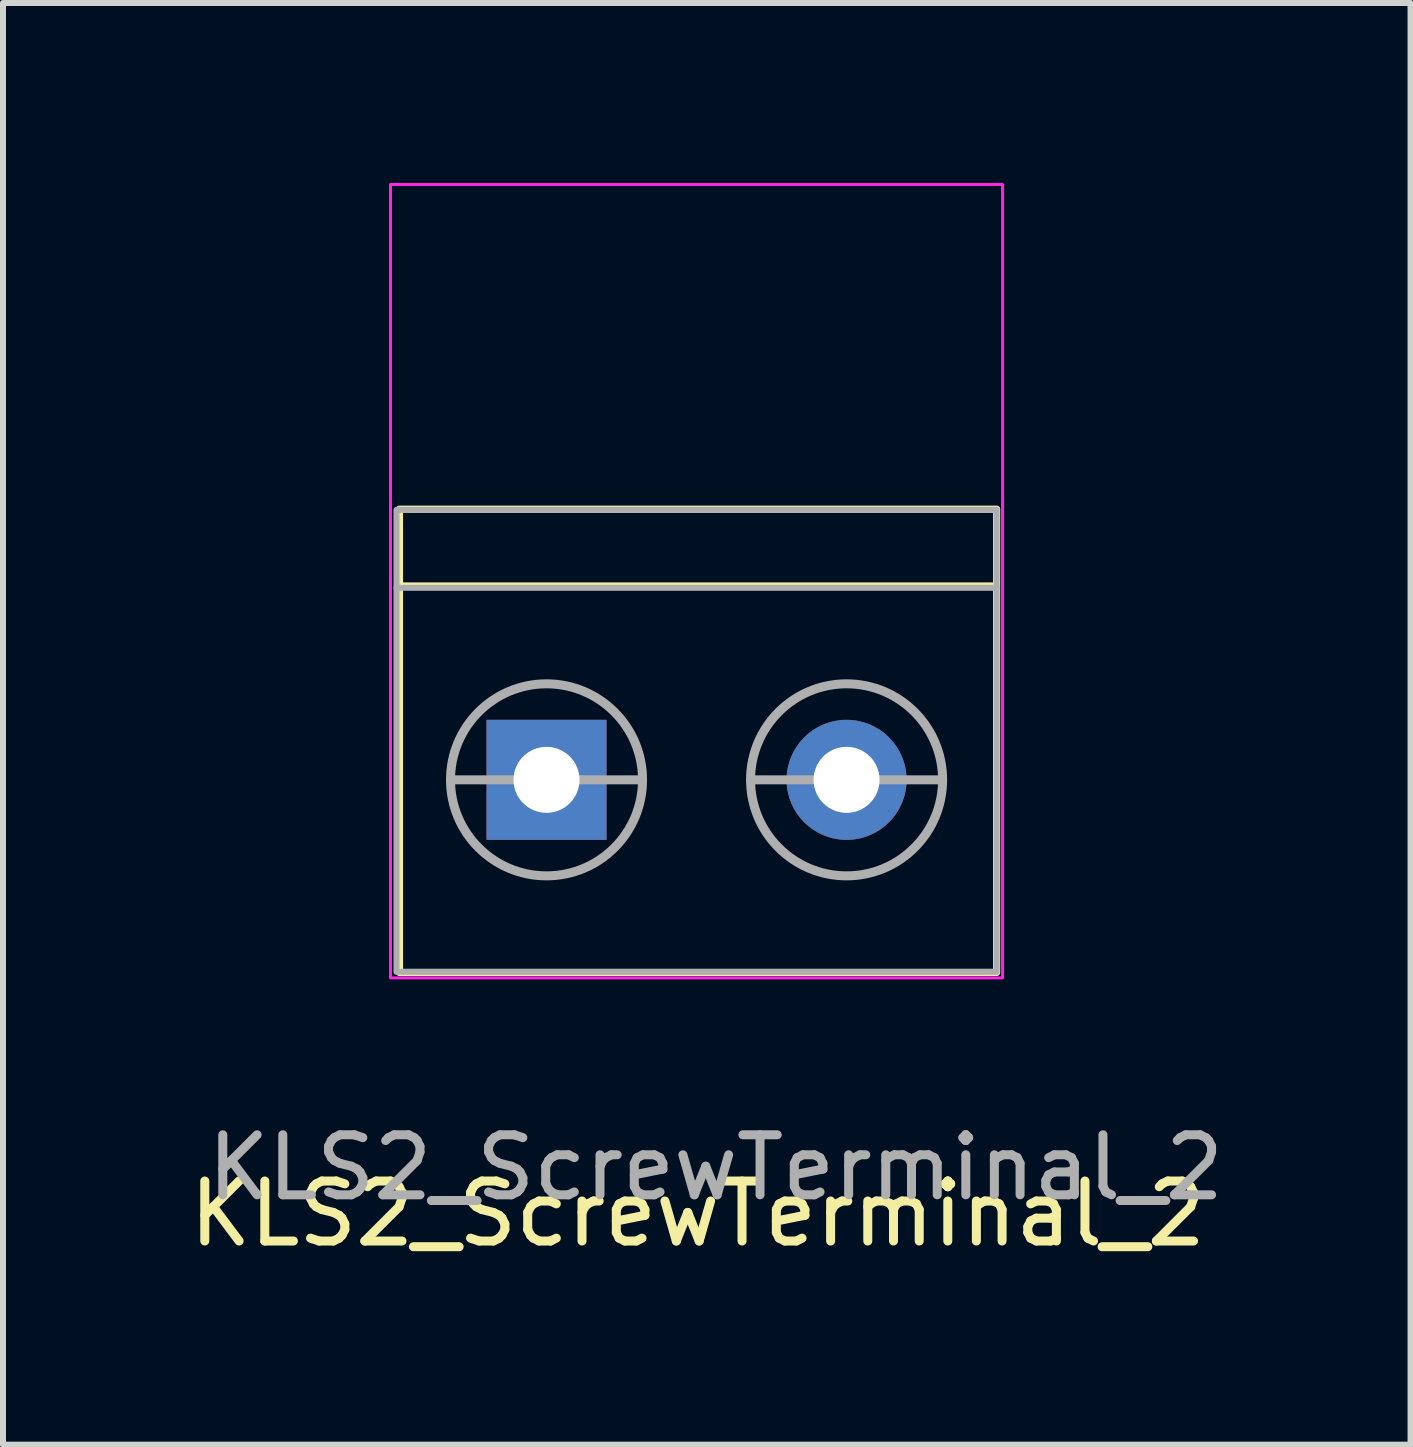
<source format=kicad_pcb>
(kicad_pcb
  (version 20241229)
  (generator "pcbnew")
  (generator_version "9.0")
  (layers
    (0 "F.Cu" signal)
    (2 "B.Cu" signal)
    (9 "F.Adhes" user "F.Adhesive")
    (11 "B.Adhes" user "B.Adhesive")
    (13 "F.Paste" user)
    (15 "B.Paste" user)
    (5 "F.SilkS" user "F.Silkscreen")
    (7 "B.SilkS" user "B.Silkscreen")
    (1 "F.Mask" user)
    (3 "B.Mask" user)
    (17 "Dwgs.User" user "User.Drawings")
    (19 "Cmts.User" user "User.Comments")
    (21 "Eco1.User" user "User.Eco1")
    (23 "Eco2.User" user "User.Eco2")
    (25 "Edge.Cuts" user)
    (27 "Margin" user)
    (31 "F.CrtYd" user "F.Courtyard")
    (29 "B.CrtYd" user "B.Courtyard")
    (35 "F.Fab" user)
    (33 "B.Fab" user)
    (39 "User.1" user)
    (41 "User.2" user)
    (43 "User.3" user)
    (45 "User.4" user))
  (footprint "KLS2_ScrewTerminal_2"
    (layer "F.Cu")
    (at 8.557 9.945)
    (property "Reference" "KLS2_ScrewTerminal_2" (at 0.02 7.23 0) (unlocked yes) (layer "F.SilkS") (effects (font (size 1 1) (thickness 0.15))))
    (attr through_hole)
    (fp_line (start -4.95 -3.23) (end 4.98 -3.23) (stroke (width 0.12) (type solid)) (layer "F.SilkS"))
    (fp_rect (start -4.95 -4.51) (end 5 3.21) (stroke (width 0.12) (type solid)) (fill no) (layer "F.SilkS"))
    (fp_rect (start 5.1 3.3) (end -5.1 -9.92) (stroke (width 0.05) (type solid)) (fill no) (layer "F.CrtYd"))
    (fp_line (start -5 -3.2) (end 5 -3.2) (stroke (width 0.1) (type solid)) (layer "F.Fab"))
    (fp_line (start -4.1 0) (end -0.9 0) (stroke (width 0.15) (type solid)) (layer "F.Fab"))
    (fp_line (start 0.9 0) (end 4.1 0) (stroke (width 0.15) (type solid)) (layer "F.Fab"))
    (fp_rect (start 5 3.2) (end -5 -4.5) (stroke (width 0.1) (type solid)) (fill no) (layer "F.Fab"))
    (fp_circle (center -2.5 0) (end -0.9 0) (stroke (width 0.15) (type solid)) (fill no) (layer "F.Fab"))
    (fp_circle (center 2.5 0) (end 4.1 0) (stroke (width 0.15) (type solid)) (fill no) (layer "F.Fab"))
    (fp_text user "${REFERENCE}" (at 0.32 6.46 0) (unlocked yes) (layer "F.Fab") (effects (font (size 1 1) (thickness 0.15))))
    (pad "1" thru_hole rect (at -2.5 0) (size 2 2) (drill 1.1) (layers "*.Cu" "*.Mask"))
    (pad "2" thru_hole circle (at 2.5 0) (size 2 2) (drill 1.1) (layers "*.Cu" "*.Mask")))
  (gr_rect
    (start -3 -3)
    (end 20.455 21.023)
    (stroke (width 0.1) (type default))
    (fill no)
    (layer "Edge.Cuts")))
</source>
